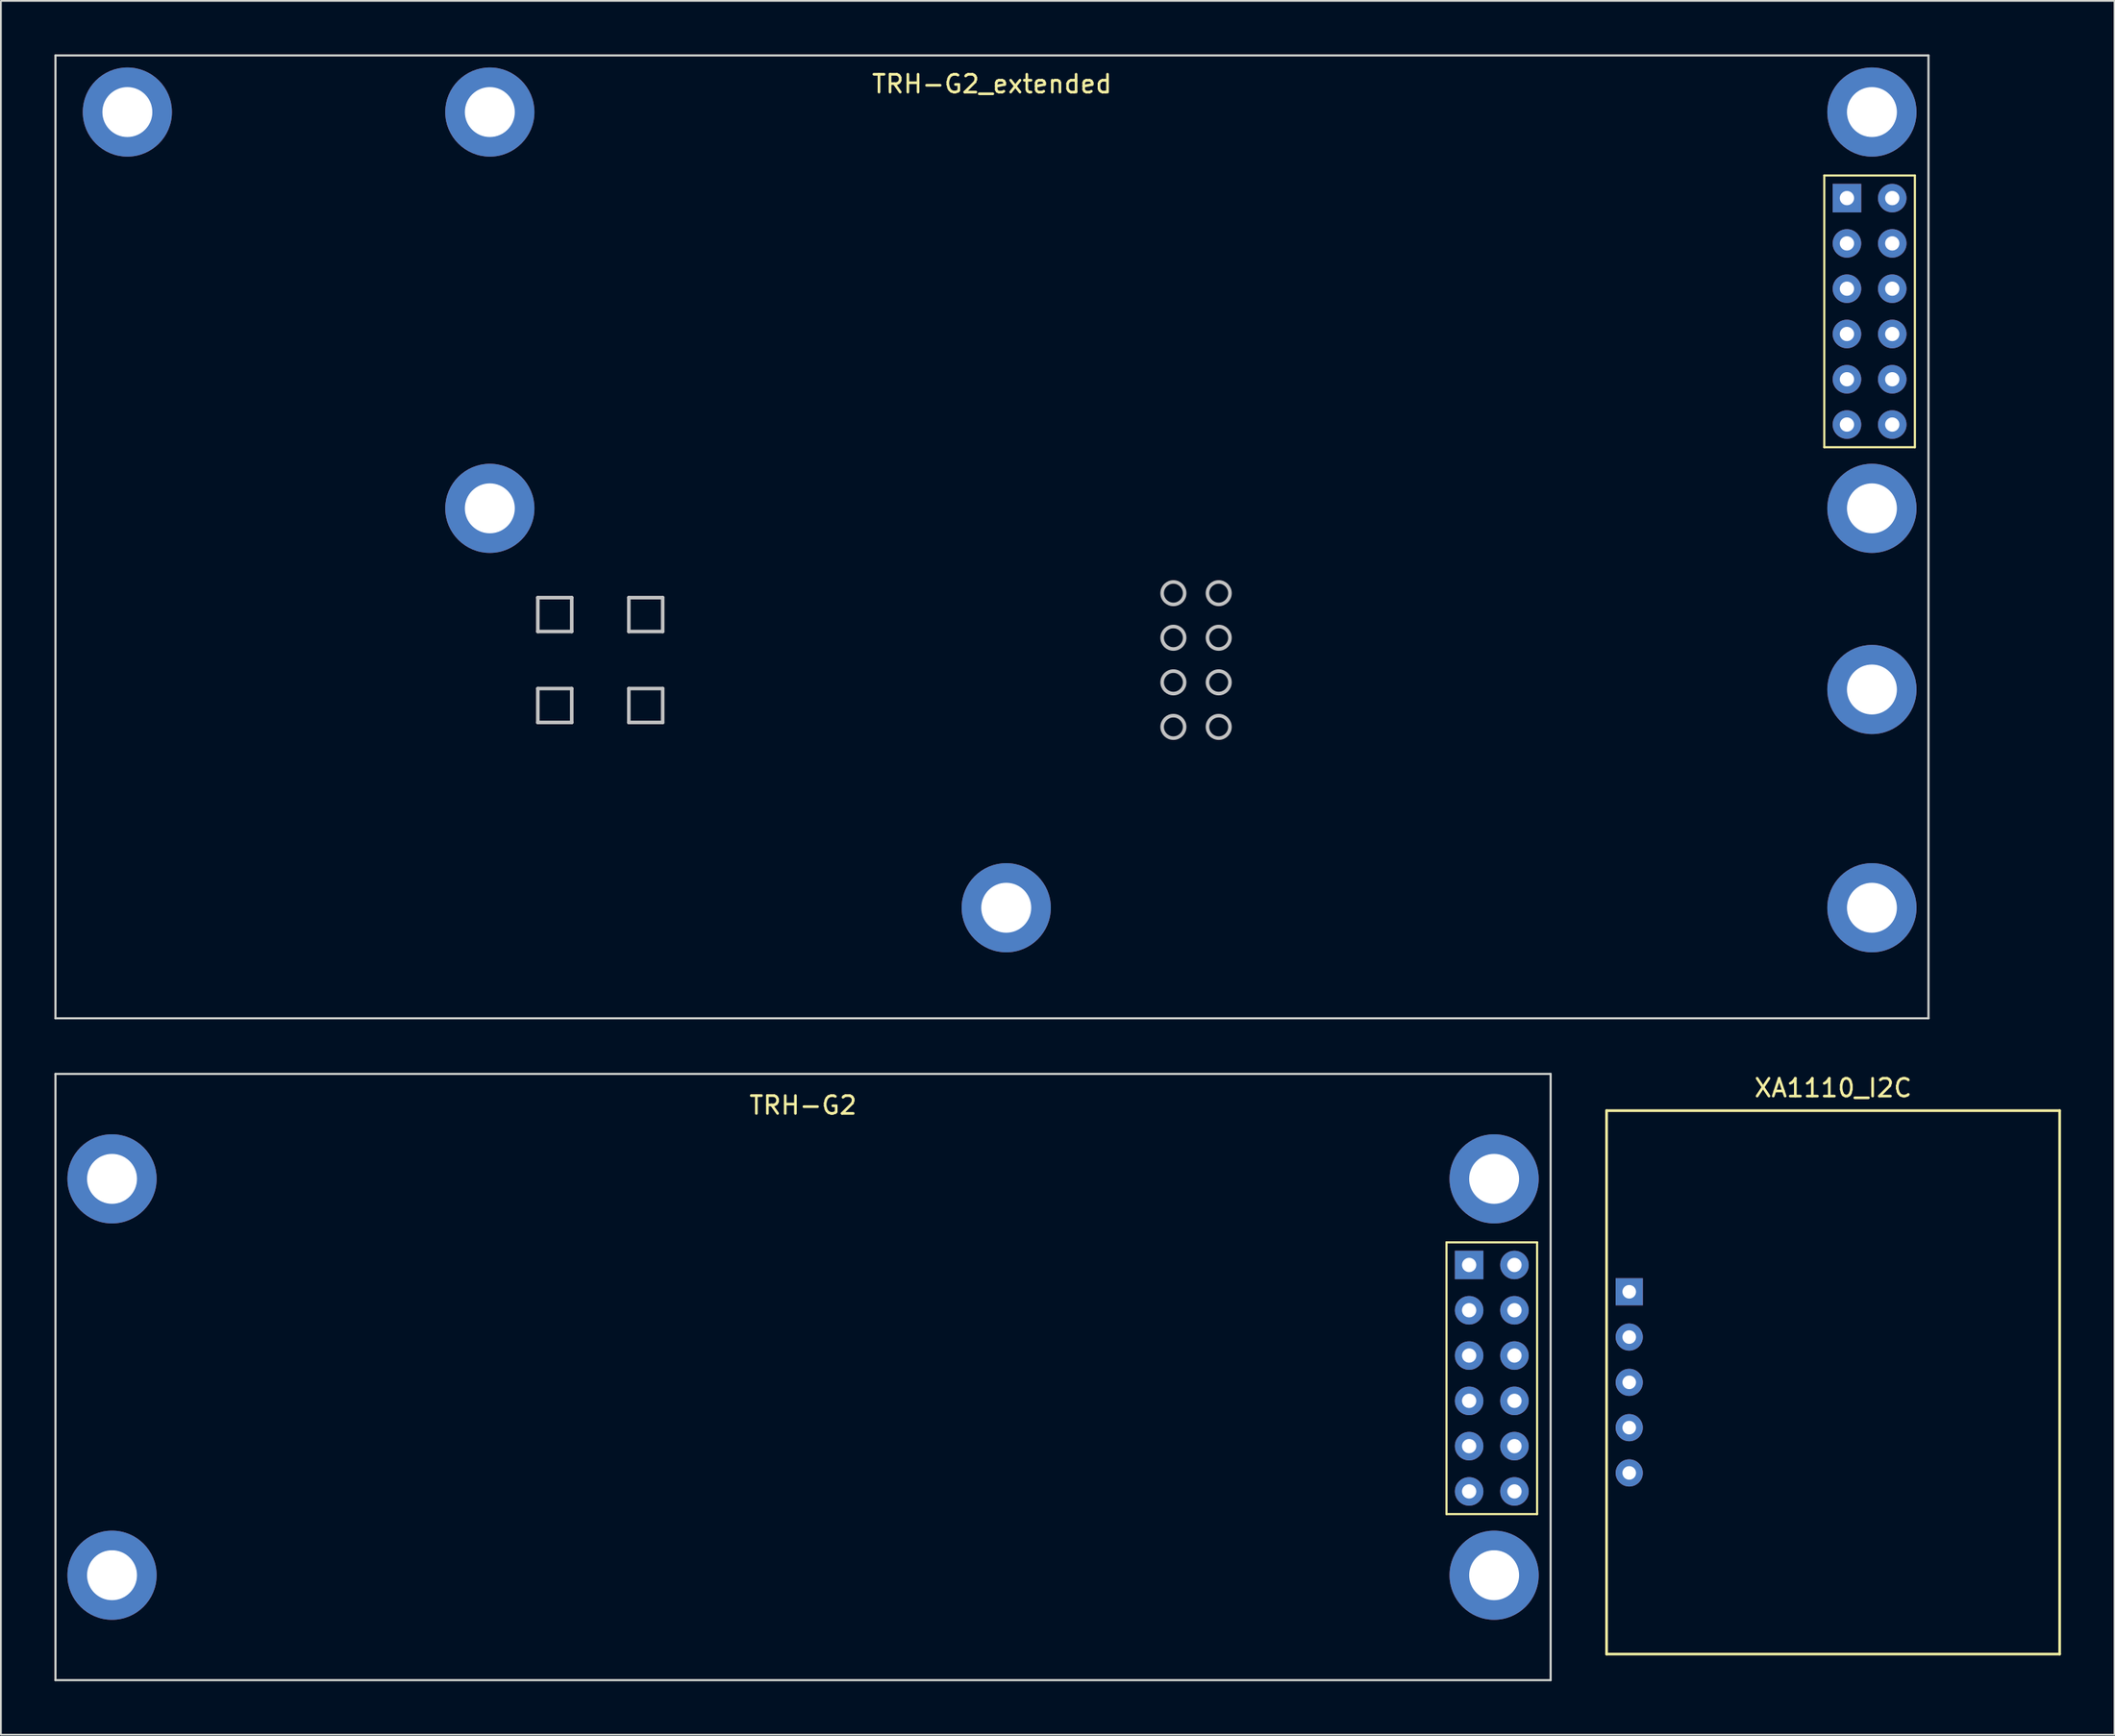
<source format=kicad_pcb>
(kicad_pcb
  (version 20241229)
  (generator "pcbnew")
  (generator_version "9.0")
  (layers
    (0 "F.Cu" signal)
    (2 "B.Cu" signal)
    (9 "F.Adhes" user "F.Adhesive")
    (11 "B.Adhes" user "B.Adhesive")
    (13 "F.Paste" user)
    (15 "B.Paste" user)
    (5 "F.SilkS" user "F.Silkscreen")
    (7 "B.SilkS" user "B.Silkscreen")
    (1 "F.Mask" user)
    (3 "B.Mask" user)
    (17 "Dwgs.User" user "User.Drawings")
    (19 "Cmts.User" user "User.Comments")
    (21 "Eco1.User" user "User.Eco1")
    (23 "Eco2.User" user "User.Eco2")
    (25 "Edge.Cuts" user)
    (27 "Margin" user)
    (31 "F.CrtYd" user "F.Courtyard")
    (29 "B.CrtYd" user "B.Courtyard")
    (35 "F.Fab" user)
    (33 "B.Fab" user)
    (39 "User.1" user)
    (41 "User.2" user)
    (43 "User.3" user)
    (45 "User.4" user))
  (footprint "XA1110_I2C"
    (layer "F.Cu")
    (at 99.715 74.478)
    (property "Reference" "XA1110_I2C" (at 0 -16.51 0) (layer "F.SilkS") (effects (font (size 1 1) (thickness 0.15))))
    (attr through_hole)
    (fp_line (start -12.7 -15.24) (end -12.7 15.24) (stroke (width 0.15) (type solid)) (layer "F.SilkS"))
    (fp_line (start -12.7 -15.24) (end 12.7 -15.24) (stroke (width 0.15) (type solid)) (layer "F.SilkS"))
    (fp_line (start -12.7 15.24) (end 12.7 15.24) (stroke (width 0.15) (type solid)) (layer "F.SilkS"))
    (fp_line (start 12.7 15.24) (end 12.7 -15.24) (stroke (width 0.15) (type solid)) (layer "F.SilkS"))
    (pad "1" thru_hole rect (at -11.43 -5.08) (size 1.524 1.524) (drill 0.762) (layers "*.Cu" "*.Mask"))
    (pad "2" thru_hole circle (at -11.43 -2.54) (size 1.524 1.524) (drill 0.762) (layers "*.Cu" "*.Mask"))
    (pad "3" thru_hole circle (at -11.43 0) (size 1.524 1.524) (drill 0.762) (layers "*.Cu" "*.Mask"))
    (pad "4" thru_hole circle (at -11.43 2.54) (size 1.524 1.524) (drill 0.762) (layers "*.Cu" "*.Mask"))
    (pad "5" thru_hole circle (at -11.43 5.08) (size 1.524 1.524) (drill 0.762) (layers "*.Cu" "*.Mask")))
  (footprint "TRH-G2"
    (layer "F.Cu")
    (at 41.97 74.18)
    (property "Reference" "TRH-G2" (at 0 -15.24 0) (layer "F.SilkS") (effects (font (size 1 1) (thickness 0.15))))
    (attr through_hole)
    (fp_line (start 36.07 -7.555) (end 41.15 -7.555) (stroke (width 0.12) (type solid)) (layer "F.SilkS"))
    (fp_line (start 36.07 7.685) (end 36.07 -7.555) (stroke (width 0.12) (type solid)) (layer "F.SilkS"))
    (fp_line (start 41.15 -7.555) (end 41.15 7.685) (stroke (width 0.12) (type solid)) (layer "F.SilkS"))
    (fp_line (start 41.15 7.685) (end 36.07 7.685) (stroke (width 0.12) (type solid)) (layer "F.SilkS"))
    (fp_line (start -41.91 -17) (end 41.91 -17) (stroke (width 0.12) (type solid)) (layer "Edge.Cuts"))
    (fp_line (start -41.91 17) (end -41.91 -17) (stroke (width 0.12) (type solid)) (layer "Edge.Cuts"))
    (fp_line (start -41.91 17) (end 41.91 17) (stroke (width 0.12) (type solid)) (layer "Edge.Cuts"))
    (fp_line (start 41.91 -17) (end 41.91 17) (stroke (width 0.12) (type solid)) (layer "Edge.Cuts"))
    (pad "1" thru_hole rect (at 37.34 -6.285) (size 1.6 1.6) (drill 0.8) (layers "*.Cu" "*.Mask"))
    (pad "2" thru_hole circle (at 39.88 -6.285) (size 1.6 1.6) (drill 0.8) (layers "*.Cu" "*.Mask"))
    (pad "3" thru_hole circle (at 37.34 -3.745) (size 1.6 1.6) (drill 0.8) (layers "*.Cu" "*.Mask"))
    (pad "4" thru_hole circle (at 39.88 -3.745) (size 1.6 1.6) (drill 0.8) (layers "*.Cu" "*.Mask"))
    (pad "5" thru_hole circle (at 37.34 -1.205) (size 1.6 1.6) (drill 0.8) (layers "*.Cu" "*.Mask"))
    (pad "6" thru_hole circle (at 39.88 -1.205) (size 1.6 1.6) (drill 0.8) (layers "*.Cu" "*.Mask"))
    (pad "7" thru_hole circle (at 37.34 1.335) (size 1.6 1.6) (drill 0.8) (layers "*.Cu" "*.Mask"))
    (pad "8" thru_hole circle (at -38.74 -11.115) (size 5 5) (drill 2.8) (layers "*.Cu" "*.Mask"))
    (pad "8" thru_hole circle (at -38.74 11.115) (size 5 5) (drill 2.8) (layers "*.Cu" "*.Mask"))
    (pad "8" thru_hole circle (at 38.74 -11.115) (size 5 5) (drill 2.8) (layers "*.Cu" "*.Mask"))
    (pad "8" thru_hole circle (at 38.74 11.115) (size 5 5) (drill 2.8) (layers "*.Cu" "*.Mask"))
    (pad "8" thru_hole circle (at 39.88 1.335) (size 1.6 1.6) (drill 0.8) (layers "*.Cu" "*.Mask"))
    (pad "9" thru_hole circle (at 37.34 3.875) (size 1.6 1.6) (drill 0.8) (layers "*.Cu" "*.Mask"))
    (pad "10" thru_hole circle (at 39.88 3.875) (size 1.6 1.6) (drill 0.8) (layers "*.Cu" "*.Mask"))
    (pad "11" thru_hole circle (at 37.34 6.415) (size 1.6 1.6) (drill 0.8) (layers "*.Cu" "*.Mask"))
    (pad "12" thru_hole circle (at 39.88 6.415) (size 1.6 1.6) (drill 0.8) (layers "*.Cu" "*.Mask")))
  (footprint "TRH-G2_extended"
    (layer "F.Cu")
    (at 52.56 27.06)
    (property "Reference" "TRH-G2_extended" (at 0 -25.4 0) (layer "F.SilkS") (effects (font (size 1 1) (thickness 0.15))))
    (attr through_hole)
    (fp_line (start 46.66 -20.269) (end 51.74 -20.269) (stroke (width 0.12) (type solid)) (layer "F.SilkS"))
    (fp_line (start 46.66 -5.029) (end 46.66 -20.269) (stroke (width 0.12) (type solid)) (layer "F.SilkS"))
    (fp_line (start 51.74 -20.269) (end 51.74 -5.029) (stroke (width 0.12) (type solid)) (layer "F.SilkS"))
    (fp_line (start 51.74 -5.029) (end 46.66 -5.029) (stroke (width 0.12) (type solid)) (layer "F.SilkS"))
    (fp_line (start -25.459 3.408) (end -23.559 3.408) (stroke (width 0.2) (type solid)) (layer "Dwgs.User"))
    (fp_line (start -25.459 5.308) (end -25.459 3.408) (stroke (width 0.2) (type solid)) (layer "Dwgs.User"))
    (fp_line (start -25.459 8.508) (end -23.559 8.508) (stroke (width 0.2) (type solid)) (layer "Dwgs.User"))
    (fp_line (start -25.459 10.408) (end -25.459 8.508) (stroke (width 0.2) (type solid)) (layer "Dwgs.User"))
    (fp_line (start -23.559 3.408) (end -23.559 5.308) (stroke (width 0.2) (type solid)) (layer "Dwgs.User"))
    (fp_line (start -23.559 5.308) (end -25.459 5.308) (stroke (width 0.2) (type solid)) (layer "Dwgs.User"))
    (fp_line (start -23.559 8.508) (end -23.559 10.408) (stroke (width 0.2) (type solid)) (layer "Dwgs.User"))
    (fp_line (start -23.559 10.408) (end -25.459 10.408) (stroke (width 0.2) (type solid)) (layer "Dwgs.User"))
    (fp_line (start -20.359 3.408) (end -18.459 3.408) (stroke (width 0.2) (type solid)) (layer "Dwgs.User"))
    (fp_line (start -20.359 5.308) (end -20.359 3.408) (stroke (width 0.2) (type solid)) (layer "Dwgs.User"))
    (fp_line (start -20.359 8.508) (end -18.459 8.508) (stroke (width 0.2) (type solid)) (layer "Dwgs.User"))
    (fp_line (start -20.359 10.408) (end -20.359 8.508) (stroke (width 0.2) (type solid)) (layer "Dwgs.User"))
    (fp_line (start -18.459 3.408) (end -18.459 5.308) (stroke (width 0.2) (type solid)) (layer "Dwgs.User"))
    (fp_line (start -18.459 5.308) (end -20.359 5.308) (stroke (width 0.2) (type solid)) (layer "Dwgs.User"))
    (fp_line (start -18.459 8.508) (end -18.459 10.408) (stroke (width 0.2) (type solid)) (layer "Dwgs.User"))
    (fp_line (start -18.459 10.408) (end -20.359 10.408) (stroke (width 0.2) (type solid)) (layer "Dwgs.User"))
    (fp_circle (center 10.171 3.158) (end 10.801 3.158) (stroke (width 0.2) (type solid)) (fill no) (layer "Dwgs.User"))
    (fp_circle (center 10.171 5.658) (end 10.801 5.658) (stroke (width 0.2) (type solid)) (fill no) (layer "Dwgs.User"))
    (fp_circle (center 10.171 8.158) (end 10.801 8.158) (stroke (width 0.2) (type solid)) (fill no) (layer "Dwgs.User"))
    (fp_circle (center 10.171 10.658) (end 10.801 10.658) (stroke (width 0.2) (type solid)) (fill no) (layer "Dwgs.User"))
    (fp_circle (center 12.711 3.158) (end 13.341 3.158) (stroke (width 0.2) (type solid)) (fill no) (layer "Dwgs.User"))
    (fp_circle (center 12.711 5.658) (end 13.341 5.658) (stroke (width 0.2) (type solid)) (fill no) (layer "Dwgs.User"))
    (fp_circle (center 12.711 8.158) (end 13.341 8.158) (stroke (width 0.2) (type solid)) (fill no) (layer "Dwgs.User"))
    (fp_circle (center 12.711 10.658) (end 13.341 10.658) (stroke (width 0.2) (type solid)) (fill no) (layer "Dwgs.User"))
    (fp_line (start -52.5 -27) (end 52.5 -27) (stroke (width 0.12) (type solid)) (layer "Edge.Cuts"))
    (fp_line (start -52.5 27) (end -52.5 -27) (stroke (width 0.12) (type solid)) (layer "Edge.Cuts"))
    (fp_line (start -52.5 27) (end 52.5 27) (stroke (width 0.12) (type solid)) (layer "Edge.Cuts"))
    (fp_line (start 52.5 -27) (end 52.5 27) (stroke (width 0.12) (type solid)) (layer "Edge.Cuts"))
    (pad "1" thru_hole rect (at 47.93 -18.999) (size 1.6 1.6) (drill 0.8) (layers "*.Cu" "*.Mask"))
    (pad "2" thru_hole circle (at 50.47 -18.999) (size 1.6 1.6) (drill 0.8) (layers "*.Cu" "*.Mask"))
    (pad "3" thru_hole circle (at 47.93 -16.459) (size 1.6 1.6) (drill 0.8) (layers "*.Cu" "*.Mask"))
    (pad "4" thru_hole circle (at 50.47 -16.459) (size 1.6 1.6) (drill 0.8) (layers "*.Cu" "*.Mask"))
    (pad "5" thru_hole circle (at 47.93 -13.919) (size 1.6 1.6) (drill 0.8) (layers "*.Cu" "*.Mask"))
    (pad "6" thru_hole circle (at 50.47 -13.919) (size 1.6 1.6) (drill 0.8) (layers "*.Cu" "*.Mask"))
    (pad "7" thru_hole circle (at 47.93 -11.379) (size 1.6 1.6) (drill 0.8) (layers "*.Cu" "*.Mask"))
    (pad "8" thru_hole circle (at -48.47 -23.825) (size 5 5) (drill 2.8) (layers "*.Cu" "*.Mask"))
    (pad "8" thru_hole circle (at -28.15 -23.825) (size 5 5) (drill 2.8) (layers "*.Cu" "*.Mask"))
    (pad "8" thru_hole circle (at -28.15 -1.6) (size 5 5) (drill 2.8) (layers "*.Cu" "*.Mask"))
    (pad "8" thru_hole circle (at 0.8 20.8 90) (size 5 5) (drill 2.8) (layers "*.Cu" "*.Mask"))
    (pad "8" thru_hole circle (at 49.33 -23.825) (size 5 5) (drill 2.8) (layers "*.Cu" "*.Mask"))
    (pad "8" thru_hole circle (at 49.33 -1.6) (size 5 5) (drill 2.8) (layers "*.Cu" "*.Mask"))
    (pad "8" thru_hole circle (at 49.33 8.56) (size 5 5) (drill 2.8) (layers "*.Cu" "*.Mask"))
    (pad "8" thru_hole circle (at 49.33 20.8 90) (size 5 5) (drill 2.8) (layers "*.Cu" "*.Mask"))
    (pad "8" thru_hole circle (at 50.47 -11.379) (size 1.6 1.6) (drill 0.8) (layers "*.Cu" "*.Mask"))
    (pad "9" thru_hole circle (at 47.93 -8.839) (size 1.6 1.6) (drill 0.8) (layers "*.Cu" "*.Mask"))
    (pad "10" thru_hole circle (at 50.47 -8.839) (size 1.6 1.6) (drill 0.8) (layers "*.Cu" "*.Mask"))
    (pad "11" thru_hole circle (at 47.93 -6.299) (size 1.6 1.6) (drill 0.8) (layers "*.Cu" "*.Mask"))
    (pad "12" thru_hole circle (at 50.47 -6.299) (size 1.6 1.6) (drill 0.8) (layers "*.Cu" "*.Mask")))
  (gr_rect
    (start -3 -3)
    (end 115.49 94.24)
    (stroke (width 0.1) (type default))
    (fill no)
    (layer "Edge.Cuts")))
</source>
